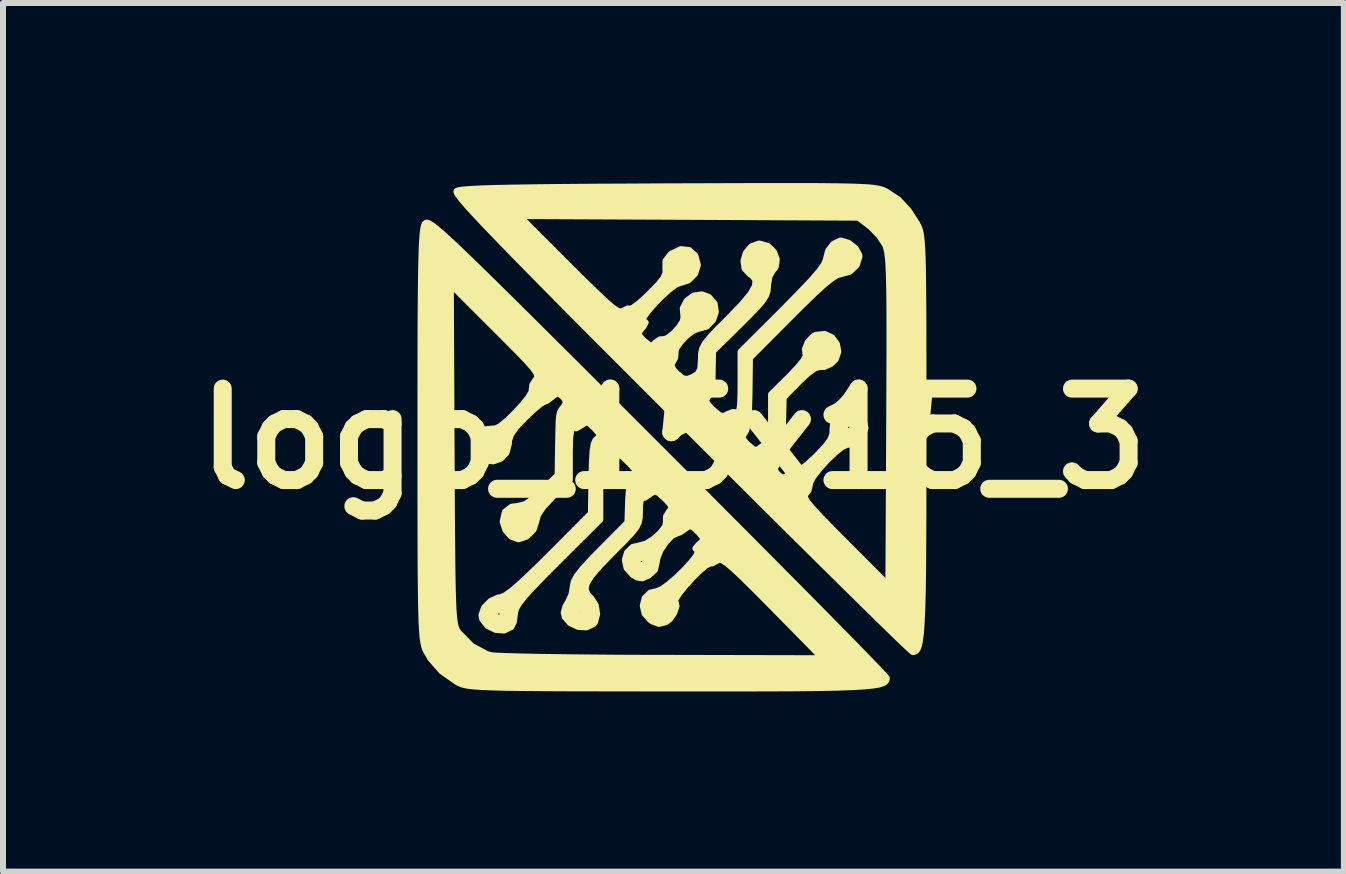
<source format=kicad_pcb>
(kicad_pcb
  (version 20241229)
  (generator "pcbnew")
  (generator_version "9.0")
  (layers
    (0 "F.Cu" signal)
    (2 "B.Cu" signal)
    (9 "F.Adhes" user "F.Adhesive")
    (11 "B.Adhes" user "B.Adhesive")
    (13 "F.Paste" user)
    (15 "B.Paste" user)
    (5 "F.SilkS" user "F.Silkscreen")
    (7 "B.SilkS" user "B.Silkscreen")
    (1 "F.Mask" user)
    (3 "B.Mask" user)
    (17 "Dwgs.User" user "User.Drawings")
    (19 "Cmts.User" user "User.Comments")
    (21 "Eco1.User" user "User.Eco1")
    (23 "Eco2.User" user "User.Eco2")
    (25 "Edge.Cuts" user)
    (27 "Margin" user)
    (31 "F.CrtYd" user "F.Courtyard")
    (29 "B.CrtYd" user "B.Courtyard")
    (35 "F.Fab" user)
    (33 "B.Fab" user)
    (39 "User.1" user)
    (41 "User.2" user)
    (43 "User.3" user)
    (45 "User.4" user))
  (footprint "logo_15x15_3"
    (layer "F.Cu")
    (at 8.172 4.26)
    (property "Reference" "logo_15x15_3" (at 0 0 0) (layer "F.SilkS") (effects (font (size 1.524 1.524) (thickness 0.3))))
    (attr through_hole)
    (fp_poly (pts (xy 4.166 -0.058) (xy 4.165 0.636) (xy 4.164 1.236) (xy 4.162 1.748) (xy 4.159 2.179) (xy 4.154 2.536) (xy 4.146 2.825) (xy 4.136 3.055) (xy 4.124 3.231) (xy 4.108 3.361) (xy 4.089 3.451) (xy 4.066 3.509) (xy 4.039 3.541) (xy 4.007 3.554) (xy 3.988 3.556) (xy 3.946 3.52) (xy 3.836 3.418) (xy 3.665 3.253) (xy 3.599 3.189) (xy 3.599 -1.851) (xy 3.598 -2.202) (xy 3.595 -2.484) (xy 3.59 -2.707) (xy 3.583 -2.878) (xy 3.574 -3.007) (xy 3.562 -3.101) (xy 3.547 -3.169) (xy 3.53 -3.22) (xy 3.524 -3.233) (xy 3.427 -3.38) (xy 3.292 -3.52) (xy 3.261 -3.546) (xy 3.081 -3.683) (xy 0.258 -3.697) (xy -2.565 -3.71) (xy -1.743 -2.887) (xy -1.476 -2.621) (xy -1.27 -2.421) (xy -1.117 -2.277) (xy -1.007 -2.184) (xy -0.931 -2.134) (xy -0.88 -2.118) (xy -0.845 -2.128) (xy -0.84 -2.132) (xy -0.761 -2.172) (xy -0.726 -2.165) (xy -0.677 -2.182) (xy -0.576 -2.258) (xy -0.443 -2.377) (xy -0.399 -2.42) (xy -0.251 -2.573) (xy -0.166 -2.681) (xy -0.132 -2.764) (xy -0.135 -2.845) (xy -0.135 -2.846) (xy -0.133 -2.963) (xy -0.059 -3.062) (xy -0.027 -3.088) (xy 0.124 -3.159) (xy 0.264 -3.143) (xy 0.366 -3.051) (xy 0.406 -2.895) (xy 0.406 -2.892) (xy 0.361 -2.749) (xy 0.249 -2.637) (xy 0.203 -2.622) (xy 0.203 -2.896) (xy 0.167 -2.945) (xy 0.155 -2.946) (xy 0.087 -2.909) (xy 0.076 -2.896) (xy 0.088 -2.852) (xy 0.124 -2.845) (xy 0.194 -2.871) (xy 0.203 -2.896) (xy 0.203 -2.622) (xy 0.105 -2.591) (xy 0.101 -2.591) (xy 0.029 -2.559) (xy -0.078 -2.477) (xy -0.203 -2.364) (xy -0.326 -2.237) (xy -0.43 -2.117) (xy -0.496 -2.022) (xy -0.505 -1.972) (xy -0.501 -1.969) (xy -0.463 -1.936) (xy -0.5 -1.869) (xy -0.521 -1.845) (xy -0.576 -1.771) (xy -0.567 -1.713) (xy -0.49 -1.633) (xy -0.403 -1.561) (xy -0.348 -1.558) (xy -0.304 -1.601) (xy -0.224 -1.656) (xy -0.176 -1.657) (xy -0.104 -1.676) (xy -0.006 -1.752) (xy 0.09 -1.856) (xy 0.155 -1.958) (xy 0.167 -2.021) (xy 0.155 -2.173) (xy 0.22 -2.301) (xy 0.336 -2.385) (xy 0.477 -2.405) (xy 0.591 -2.362) (xy 0.686 -2.251) (xy 0.706 -2.112) (xy 0.66 -1.976) (xy 0.56 -1.872) (xy 0.508 -1.856) (xy 0.508 -2.134) (xy 0.467 -2.179) (xy 0.432 -2.184) (xy 0.364 -2.157) (xy 0.356 -2.134) (xy 0.397 -2.089) (xy 0.432 -2.083) (xy 0.499 -2.11) (xy 0.508 -2.134) (xy 0.508 -1.856) (xy 0.415 -1.829) (xy 0.41 -1.829) (xy 0.322 -1.794) (xy 0.214 -1.709) (xy 0.113 -1.602) (xy 0.045 -1.501) (xy 0.035 -1.441) (xy 0.028 -1.347) (xy -0.003 -1.292) (xy -0.036 -1.226) (xy -0.003 -1.154) (xy 0.056 -1.089) (xy 0.151 -1.008) (xy 0.23 -0.995) (xy 0.319 -1.028) (xy 0.406 -1.083) (xy 0.446 -1.162) (xy 0.457 -1.303) (xy 0.457 -1.322) (xy 0.46 -1.42) (xy 0.478 -1.502) (xy 0.523 -1.586) (xy 0.606 -1.69) (xy 0.738 -1.83) (xy 0.914 -2.007) (xy 1.136 -2.236) (xy 1.282 -2.411) (xy 1.357 -2.543) (xy 1.367 -2.641) (xy 1.316 -2.714) (xy 1.27 -2.743) (xy 1.184 -2.837) (xy 1.166 -2.965) (xy 1.206 -3.097) (xy 1.294 -3.203) (xy 1.42 -3.251) (xy 1.435 -3.251) (xy 1.574 -3.212) (xy 1.675 -3.114) (xy 1.722 -2.988) (xy 1.704 -2.861) (xy 1.651 -2.794) (xy 1.599 -2.703) (xy 1.575 -2.562) (xy 1.575 -2.545) (xy 1.568 -2.46) (xy 1.54 -2.379) (xy 1.486 -2.298) (xy 1.486 -2.968) (xy 1.459 -3.023) (xy 1.435 -3.035) (xy 1.381 -3.014) (xy 1.372 -2.972) (xy 1.401 -2.91) (xy 1.457 -2.919) (xy 1.486 -2.968) (xy 1.486 -2.298) (xy 1.478 -2.286) (xy 1.371 -2.164) (xy 1.206 -1.996) (xy 1.118 -1.908) (xy 0.66 -1.457) (xy 0.654 -1.173) (xy 0.652 -1.009) (xy 0.654 -0.886) (xy 0.657 -0.845) (xy 0.632 -0.776) (xy 0.587 -0.714) (xy 0.544 -0.652) (xy 0.558 -0.592) (xy 0.638 -0.504) (xy 0.659 -0.484) (xy 0.763 -0.395) (xy 0.833 -0.375) (xy 0.887 -0.404) (xy 0.986 -0.445) (xy 1.041 -0.439) (xy 1.076 -0.439) (xy 1.098 -0.482) (xy 1.111 -0.583) (xy 1.117 -0.759) (xy 1.118 -0.929) (xy 1.118 -1.449) (xy 1.829 -2.159) (xy 2.095 -2.429) (xy 2.293 -2.638) (xy 2.429 -2.795) (xy 2.509 -2.907) (xy 2.539 -2.982) (xy 2.54 -2.993) (xy 2.576 -3.132) (xy 2.665 -3.247) (xy 2.777 -3.301) (xy 2.791 -3.302) (xy 2.92 -3.264) (xy 3.035 -3.174) (xy 3.096 -3.062) (xy 3.099 -3.036) (xy 3.053 -2.89) (xy 2.939 -2.782) (xy 2.845 -2.756) (xy 2.845 -3.01) (xy 2.817 -3.047) (xy 2.767 -3.023) (xy 2.75 -2.991) (xy 2.766 -2.95) (xy 2.788 -2.953) (xy 2.842 -2.997) (xy 2.845 -3.01) (xy 2.845 -2.756) (xy 2.798 -2.743) (xy 2.733 -2.727) (xy 2.642 -2.671) (xy 2.515 -2.569) (xy 2.344 -2.413) (xy 2.119 -2.194) (xy 1.97 -2.045) (xy 1.274 -1.346) (xy 1.267 -0.762) (xy 1.259 -0.471) (xy 1.242 -0.27) (xy 1.215 -0.145) (xy 1.189 -0.098) (xy 1.15 -0.033) (xy 1.176 0.031) (xy 1.244 0.101) (xy 1.335 0.177) (xy 1.395 0.186) (xy 1.464 0.135) (xy 1.546 0.083) (xy 1.592 0.085) (xy 1.607 0.054) (xy 1.619 -0.058) (xy 1.625 -0.229) (xy 1.626 -0.311) (xy 1.626 -0.74) (xy 1.928 -1.039) (xy 2.063 -1.181) (xy 2.16 -1.298) (xy 2.203 -1.371) (xy 2.203 -1.383) (xy 2.189 -1.49) (xy 2.238 -1.613) (xy 2.331 -1.71) (xy 2.37 -1.73) (xy 2.521 -1.746) (xy 2.643 -1.688) (xy 2.723 -1.58) (xy 2.747 -1.449) (xy 2.703 -1.32) (xy 2.623 -1.245) (xy 2.54 -1.208) (xy 2.54 -1.473) (xy 2.499 -1.518) (xy 2.464 -1.524) (xy 2.396 -1.497) (xy 2.388 -1.473) (xy 2.429 -1.428) (xy 2.464 -1.422) (xy 2.531 -1.45) (xy 2.54 -1.473) (xy 2.54 -1.208) (xy 2.512 -1.196) (xy 2.432 -1.194) (xy 2.359 -1.173) (xy 2.239 -1.086) (xy 2.098 -0.953) (xy 1.836 -0.686) (xy 1.824 -0.178) (xy 1.813 0.091) (xy 1.791 0.275) (xy 1.757 0.387) (xy 1.735 0.421) (xy 1.685 0.499) (xy 1.712 0.564) (xy 1.742 0.595) (xy 1.811 0.65) (xy 1.871 0.634) (xy 1.926 0.589) (xy 2.015 0.531) (xy 2.071 0.526) (xy 2.125 0.506) (xy 2.229 0.427) (xy 2.361 0.306) (xy 2.391 0.276) (xy 2.535 0.122) (xy 2.617 0.011) (xy 2.649 -0.08) (xy 2.65 -0.156) (xy 2.666 -0.326) (xy 2.757 -0.427) (xy 2.898 -0.457) (xy 3.062 -0.416) (xy 3.17 -0.306) (xy 3.2 -0.177) (xy 3.156 -0.056) (xy 3.05 0.048) (xy 2.997 0.069) (xy 2.997 -0.206) (xy 2.956 -0.249) (xy 2.921 -0.254) (xy 2.851 -0.223) (xy 2.863 -0.153) (xy 2.877 -0.137) (xy 2.941 -0.127) (xy 2.992 -0.178) (xy 2.997 -0.206) (xy 2.997 0.069) (xy 2.917 0.1) (xy 2.895 0.102) (xy 2.813 0.138) (xy 2.695 0.232) (xy 2.56 0.361) (xy 2.432 0.502) (xy 2.33 0.634) (xy 2.278 0.732) (xy 2.275 0.756) (xy 2.251 0.862) (xy 2.208 0.915) (xy 2.188 0.945) (xy 2.194 0.99) (xy 2.235 1.058) (xy 2.319 1.159) (xy 2.453 1.304) (xy 2.646 1.502) (xy 2.854 1.711) (xy 3.581 2.44) (xy 3.595 -0.308) (xy 3.597 -0.913) (xy 3.599 -1.425) (xy 3.599 -1.851) (xy 3.599 3.189) (xy 3.436 3.03) (xy 3.155 2.754) (xy 2.825 2.429) (xy 2.452 2.061) (xy 2.041 1.653) (xy 1.596 1.211) (xy 1.121 0.739) (xy 0.623 0.241) (xy 0.128 -0.253) (xy -0.495 -0.877) (xy -1.05 -1.433) (xy -1.54 -1.925) (xy -1.967 -2.356) (xy -2.337 -2.73) (xy -2.652 -3.051) (xy -2.915 -3.322) (xy -3.131 -3.546) (xy -3.302 -3.728) (xy -3.433 -3.871) (xy -3.526 -3.979) (xy -3.585 -4.055) (xy -3.614 -4.103) (xy -3.616 -4.126) (xy -3.616 -4.126) (xy -3.582 -4.14) (xy -3.507 -4.151) (xy -3.382 -4.161) (xy -3.204 -4.17) (xy -2.964 -4.178) (xy -2.658 -4.184) (xy -2.279 -4.19) (xy -1.822 -4.195) (xy -1.279 -4.199) (xy -0.646 -4.202) (xy -0.099 -4.205) (xy 0.578 -4.207) (xy 1.161 -4.209) (xy 1.658 -4.21) (xy 2.075 -4.21) (xy 2.421 -4.209) (xy 2.703 -4.206) (xy 2.928 -4.202) (xy 3.105 -4.196) (xy 3.24 -4.189) (xy 3.34 -4.179) (xy 3.415 -4.166) (xy 3.471 -4.152) (xy 3.515 -4.135) (xy 3.543 -4.121) (xy 3.748 -3.987) (xy 3.919 -3.803) (xy 4.055 -3.591) (xy 4.077 -3.551) (xy 4.096 -3.51) (xy 4.112 -3.458) (xy 4.125 -3.39) (xy 4.136 -3.296) (xy 4.145 -3.17) (xy 4.152 -3.004) (xy 4.157 -2.789) (xy 4.16 -2.519) (xy 4.163 -2.186) (xy 4.164 -1.782) (xy 4.165 -1.3) (xy 4.166 -0.731) (xy 4.166 -0.069) (xy 4.166 -0.058)) (stroke (width 0.1) (type solid)) (fill yes) (layer "F.SilkS"))
    (fp_poly (pts (xy 3.554 3.988) (xy 3.55 4.022) (xy 3.53 4.051) (xy 3.488 4.077) (xy 3.418 4.098) (xy 3.312 4.115) (xy 3.163 4.129) (xy 2.965 4.14) (xy 2.711 4.149) (xy 2.481 4.153) (xy 2.481 3.658) (xy 1.647 2.809) (xy 1.37 2.529) (xy 1.155 2.317) (xy 0.994 2.166) (xy 0.879 2.07) (xy 0.804 2.022) (xy 0.76 2.016) (xy 0.752 2.021) (xy 0.649 2.076) (xy 0.604 2.083) (xy 0.538 2.117) (xy 0.434 2.205) (xy 0.313 2.325) (xy 0.194 2.457) (xy 0.095 2.58) (xy 0.037 2.671) (xy 0.033 2.708) (xy 0.051 2.789) (xy 0.014 2.901) (xy -0.059 3.006) (xy -0.126 3.057) (xy -0.152 3.063) (xy -0.152 2.794) (xy -0.194 2.749) (xy -0.229 2.743) (xy -0.296 2.771) (xy -0.305 2.794) (xy -0.264 2.839) (xy -0.229 2.845) (xy -0.161 2.817) (xy -0.152 2.794) (xy -0.152 3.063) (xy -0.242 3.086) (xy -0.355 3.044) (xy -0.379 3.029) (xy -0.481 2.917) (xy -0.512 2.783) (xy -0.48 2.656) (xy -0.389 2.566) (xy -0.28 2.54) (xy -0.201 2.509) (xy -0.086 2.427) (xy 0.048 2.313) (xy 0.181 2.183) (xy 0.298 2.055) (xy 0.38 1.948) (xy 0.409 1.878) (xy 0.399 1.863) (xy 0.365 1.828) (xy 0.414 1.768) (xy 0.428 1.756) (xy 0.49 1.698) (xy 0.49 1.648) (xy 0.423 1.567) (xy 0.407 1.55) (xy 0.32 1.469) (xy 0.261 1.458) (xy 0.203 1.499) (xy 0.115 1.56) (xy 0.069 1.575) (xy -0.023 1.617) (xy -0.125 1.723) (xy -0.216 1.859) (xy -0.27 1.995) (xy -0.276 2.043) (xy -0.308 2.185) (xy -0.412 2.28) (xy -0.413 2.281) (xy -0.457 2.3) (xy -0.457 2.029) (xy -0.498 1.987) (xy -0.533 1.981) (xy -0.603 2.012) (xy -0.591 2.083) (xy -0.577 2.098) (xy -0.514 2.109) (xy -0.462 2.057) (xy -0.457 2.029) (xy -0.457 2.3) (xy -0.519 2.327) (xy -0.605 2.313) (xy -0.68 2.269) (xy -0.782 2.156) (xy -0.811 2.021) (xy -0.774 1.894) (xy -0.679 1.803) (xy -0.567 1.778) (xy -0.457 1.747) (xy -0.333 1.669) (xy -0.219 1.567) (xy -0.14 1.463) (xy -0.122 1.382) (xy -0.126 1.373) (xy -0.124 1.294) (xy -0.082 1.225) (xy -0.037 1.162) (xy -0.048 1.104) (xy -0.123 1.019) (xy -0.152 0.991) (xy -0.252 0.902) (xy -0.314 0.878) (xy -0.374 0.911) (xy -0.397 0.931) (xy -0.479 0.984) (xy -0.525 0.982) (xy -0.544 1.007) (xy -0.556 1.109) (xy -0.559 1.199) (xy -0.561 1.305) (xy -0.576 1.39) (xy -0.615 1.472) (xy -0.69 1.569) (xy -0.812 1.7) (xy -0.994 1.883) (xy -1.016 1.905) (xy -1.23 2.125) (xy -1.372 2.291) (xy -1.448 2.417) (xy -1.464 2.516) (xy -1.427 2.599) (xy -1.372 2.655) (xy -1.295 2.773) (xy -1.272 2.923) (xy -1.306 3.056) (xy -1.331 3.089) (xy -1.448 3.144) (xy -1.473 3.143) (xy -1.473 2.899) (xy -1.505 2.834) (xy -1.566 2.815) (xy -1.595 2.837) (xy -1.594 2.907) (xy -1.525 2.946) (xy -1.516 2.946) (xy -1.474 2.908) (xy -1.473 2.899) (xy -1.473 3.143) (xy -1.59 3.135) (xy -1.723 3.073) (xy -1.811 2.972) (xy -1.829 2.897) (xy -1.799 2.792) (xy -1.754 2.715) (xy -1.698 2.591) (xy -1.678 2.465) (xy -1.663 2.385) (xy -1.613 2.29) (xy -1.517 2.167) (xy -1.364 2.001) (xy -1.222 1.855) (xy -0.767 1.397) (xy -0.756 1.041) (xy -0.741 0.823) (xy -0.71 0.688) (xy -0.665 0.625) (xy -0.624 0.579) (xy -0.637 0.523) (xy -0.715 0.432) (xy -0.747 0.399) (xy -0.851 0.301) (xy -0.917 0.269) (xy -0.974 0.292) (xy -1.001 0.314) (xy -1.096 0.367) (xy -1.156 0.37) (xy -1.186 0.385) (xy -1.206 0.464) (xy -1.216 0.619) (xy -1.219 0.847) (xy -1.219 1.348) (xy -1.93 2.057) (xy -2.18 2.308) (xy -2.365 2.5) (xy -2.494 2.644) (xy -2.577 2.751) (xy -2.623 2.833) (xy -2.64 2.899) (xy -2.642 2.923) (xy -2.66 3.054) (xy -2.703 3.139) (xy -2.822 3.197) (xy -2.845 3.195) (xy -2.845 2.921) (xy -2.871 2.853) (xy -2.893 2.845) (xy -2.959 2.878) (xy -2.975 2.944) (xy -2.962 2.965) (xy -2.888 2.996) (xy -2.846 2.941) (xy -2.845 2.921) (xy -2.845 3.195) (xy -2.965 3.186) (xy -3.097 3.12) (xy -3.184 3.014) (xy -3.2 2.939) (xy -3.157 2.816) (xy -3.051 2.706) (xy -2.92 2.645) (xy -2.882 2.642) (xy -2.807 2.611) (xy -2.68 2.519) (xy -2.499 2.359) (xy -2.259 2.129) (xy -2.072 1.943) (xy -1.376 1.245) (xy -1.366 0.646) (xy -1.359 0.38) (xy -1.347 0.198) (xy -1.328 0.085) (xy -1.3 0.023) (xy -1.275 0.002) (xy -1.23 -0.038) (xy -1.248 -0.094) (xy -1.317 -0.174) (xy -1.404 -0.257) (xy -1.463 -0.271) (xy -1.53 -0.224) (xy -1.619 -0.173) (xy -1.673 -0.176) (xy -1.702 -0.15) (xy -1.72 -0.029) (xy -1.727 0.19) (xy -1.727 0.24) (xy -1.727 0.689) (xy -2.007 0.965) (xy -2.169 1.139) (xy -2.258 1.271) (xy -2.286 1.379) (xy -2.286 1.38) (xy -2.331 1.517) (xy -2.44 1.628) (xy -2.511 1.653) (xy -2.511 1.389) (xy -2.535 1.357) (xy -2.603 1.327) (xy -2.634 1.369) (xy -2.618 1.42) (xy -2.554 1.451) (xy -2.532 1.443) (xy -2.511 1.389) (xy -2.511 1.653) (xy -2.579 1.676) (xy -2.585 1.676) (xy -2.704 1.632) (xy -2.801 1.523) (xy -2.845 1.385) (xy -2.845 1.374) (xy -2.809 1.218) (xy -2.702 1.135) (xy -2.583 1.118) (xy -2.468 1.088) (xy -2.328 0.992) (xy -2.187 0.861) (xy -1.93 0.605) (xy -1.923 0.137) (xy -1.918 -0.109) (xy -1.914 -0.274) (xy -1.906 -0.378) (xy -1.891 -0.441) (xy -1.869 -0.484) (xy -1.834 -0.527) (xy -1.832 -0.529) (xy -1.789 -0.606) (xy -1.823 -0.676) (xy -1.844 -0.698) (xy -1.914 -0.752) (xy -1.975 -0.734) (xy -2.022 -0.695) (xy -2.111 -0.629) (xy -2.161 -0.61) (xy -2.217 -0.576) (xy -2.322 -0.488) (xy -2.456 -0.363) (xy -2.475 -0.345) (xy -2.623 -0.189) (xy -2.706 -0.071) (xy -2.74 0.033) (xy -2.743 0.086) (xy -2.781 0.235) (xy -2.876 0.334) (xy -2.946 0.358) (xy -2.946 0.102) (xy -2.988 0.057) (xy -3.023 0.051) (xy -3.09 0.078) (xy -3.099 0.102) (xy -3.058 0.147) (xy -3.023 0.152) (xy -2.955 0.125) (xy -2.946 0.102) (xy -2.946 0.358) (xy -3.002 0.378) (xy -3.131 0.362) (xy -3.236 0.281) (xy -3.28 0.184) (xy -3.281 0.04) (xy -3.226 -0.086) (xy -3.132 -0.156) (xy -3.11 -0.16) (xy -2.996 -0.17) (xy -2.96 -0.173) (xy -2.884 -0.212) (xy -2.772 -0.305) (xy -2.643 -0.43) (xy -2.519 -0.565) (xy -2.419 -0.689) (xy -2.366 -0.78) (xy -2.363 -0.807) (xy -2.353 -0.895) (xy -2.303 -0.975) (xy -2.276 -1.01) (xy -2.269 -1.049) (xy -2.29 -1.102) (xy -2.345 -1.18) (xy -2.444 -1.292) (xy -2.594 -1.448) (xy -2.804 -1.66) (xy -2.963 -1.819) (xy -3.71 -2.565) (xy -3.697 0.263) (xy -3.694 0.871) (xy -3.691 1.385) (xy -3.687 1.814) (xy -3.684 2.167) (xy -3.679 2.45) (xy -3.673 2.674) (xy -3.666 2.845) (xy -3.656 2.973) (xy -3.644 3.065) (xy -3.63 3.13) (xy -3.613 3.176) (xy -3.593 3.211) (xy -3.578 3.232) (xy -3.36 3.453) (xy -3.108 3.588) (xy -3.042 3.607) (xy -2.959 3.615) (xy -2.785 3.622) (xy -2.529 3.629) (xy -2.202 3.636) (xy -1.815 3.641) (xy -1.377 3.646) (xy -0.898 3.65) (xy -0.39 3.652) (xy -0.195 3.652) (xy 2.481 3.658) (xy 2.481 4.153) (xy 2.393 4.155) (xy 2.006 4.159) (xy 1.541 4.161) (xy 0.993 4.162) (xy 0.354 4.162) (xy -0.074 4.162) (xy -0.74 4.161) (xy -1.312 4.16) (xy -1.798 4.159) (xy -2.205 4.157) (xy -2.541 4.154) (xy -2.814 4.15) (xy -3.03 4.144) (xy -3.198 4.137) (xy -3.326 4.128) (xy -3.42 4.118) (xy -3.489 4.104) (xy -3.539 4.089) (xy -3.58 4.071) (xy -3.607 4.056) (xy -3.865 3.875) (xy -4.048 3.667) (xy -4.12 3.545) (xy -4.139 3.504) (xy -4.155 3.456) (xy -4.169 3.394) (xy -4.181 3.309) (xy -4.19 3.194) (xy -4.198 3.042) (xy -4.204 2.845) (xy -4.208 2.596) (xy -4.212 2.287) (xy -4.214 1.91) (xy -4.215 1.458) (xy -4.216 0.924) (xy -4.216 0.3) (xy -4.216 -0.064) (xy -4.216 -0.749) (xy -4.215 -1.34) (xy -4.214 -1.843) (xy -4.211 -2.265) (xy -4.208 -2.614) (xy -4.203 -2.896) (xy -4.197 -3.118) (xy -4.189 -3.289) (xy -4.18 -3.413) (xy -4.169 -3.5) (xy -4.156 -3.555) (xy -4.142 -3.584) (xy -4.127 -3.597) (xy -4.105 -3.6) (xy -4.071 -3.588) (xy -4.023 -3.558) (xy -3.954 -3.506) (xy -3.862 -3.428) (xy -3.743 -3.32) (xy -3.592 -3.179) (xy -3.405 -3) (xy -3.178 -2.779) (xy -2.907 -2.513) (xy -2.588 -2.198) (xy -2.216 -1.829) (xy -1.789 -1.404) (xy -1.301 -0.917) (xy -0.749 -0.365) (xy -0.257 0.127) (xy 0.26 0.644) (xy 0.756 1.142) (xy 1.227 1.615) (xy 1.668 2.059) (xy 2.075 2.469) (xy 2.442 2.84) (xy 2.765 3.168) (xy 3.039 3.447) (xy 3.259 3.674) (xy 3.422 3.843) (xy 3.522 3.949) (xy 3.554 3.988)) (stroke (width 0.1) (type solid)) (fill yes) (layer "F.SilkS")))
  (gr_rect
    (start -3 -3)
    (end 19.343 11.473)
    (stroke (width 0.1) (type default))
    (fill no)
    (layer "Edge.Cuts")))
</source>
